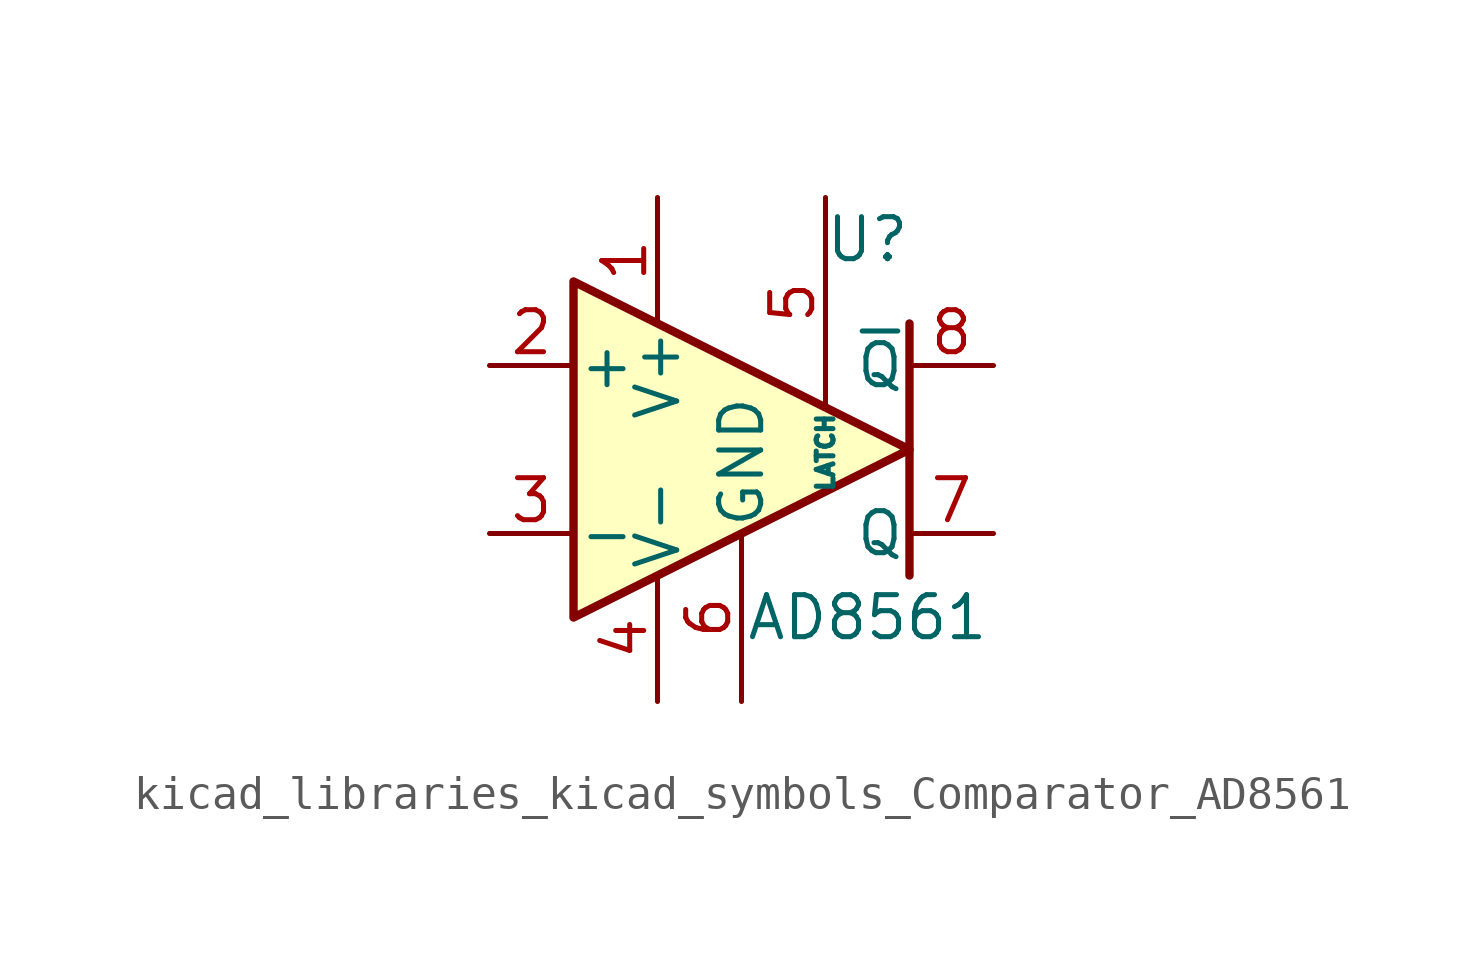
<source format=kicad_sym>
(kicad_symbol_lib
  (version 20220914)
  (generator kicad_symbol_editor)
  (symbol "kicad_libraries_kicad_symbols_Comparator_AD8561"
    (pin_names
      (offset 0.127))
    (property "Reference" "U"
      (at 3.81 6.35 0)
      (effects (font (size 1.27 1.27))))
    (property "Value" "AD8561"
      (at 3.81 -5.08 0)
      (effects (font (size 1.27 1.27))))
    (symbol "kicad_libraries_kicad_symbols_Comparator_AD8561_0_1"
      (polyline (pts (xy 5.08 3.81) (xy 5.08 -3.81)) (stroke (width 0.254) (type default)) (fill (type none)))
      (polyline (pts (xy -5.08 5.08) (xy 5.08 0) (xy -5.08 -5.08) (xy -5.08 5.08)) (stroke (width 0.254) (type default)) (fill (type background))))
    (symbol "kicad_libraries_kicad_symbols_Comparator_AD8561_1_1"
      (pin power_in line (at -2.54 7.62 270) (length 3.81) (name "V+" (effects (font (size 1.27 1.27)))) (number "1" (effects (font (size 1.27 1.27)))))
      (pin input line (at -7.62 2.54 0) (length 2.54) (name "+" (effects (font (size 1.27 1.27)))) (number "2" (effects (font (size 1.27 1.27)))))
      (pin input line (at -7.62 -2.54 0) (length 2.54) (name "-" (effects (font (size 1.27 1.27)))) (number "3" (effects (font (size 1.27 1.27)))))
      (pin power_in line (at -2.54 -7.62 90) (length 3.81) (name "V-" (effects (font (size 1.27 1.27)))) (number "4" (effects (font (size 1.27 1.27)))))
      (pin input line (at 2.54 7.62 270) (length 6.35) (name "LATCH" (effects (font (size 0.508 0.508)))) (number "5" (effects (font (size 1.27 1.27)))))
      (pin power_in line (at 0 -7.62 90) (length 5.08) (name "GND" (effects (font (size 1.27 1.27)))) (number "6" (effects (font (size 1.27 1.27)))))
      (pin output line (at 7.62 -2.54 180) (length 2.54) (name "Q" (effects (font (size 1.27 1.27)))) (number "7" (effects (font (size 1.27 1.27)))))
      (pin output line (at 7.62 2.54 180) (length 2.54) (name "~{Q}" (effects (font (size 1.27 1.27)))) (number "8" (effects (font (size 1.27 1.27))))))))
</source>
